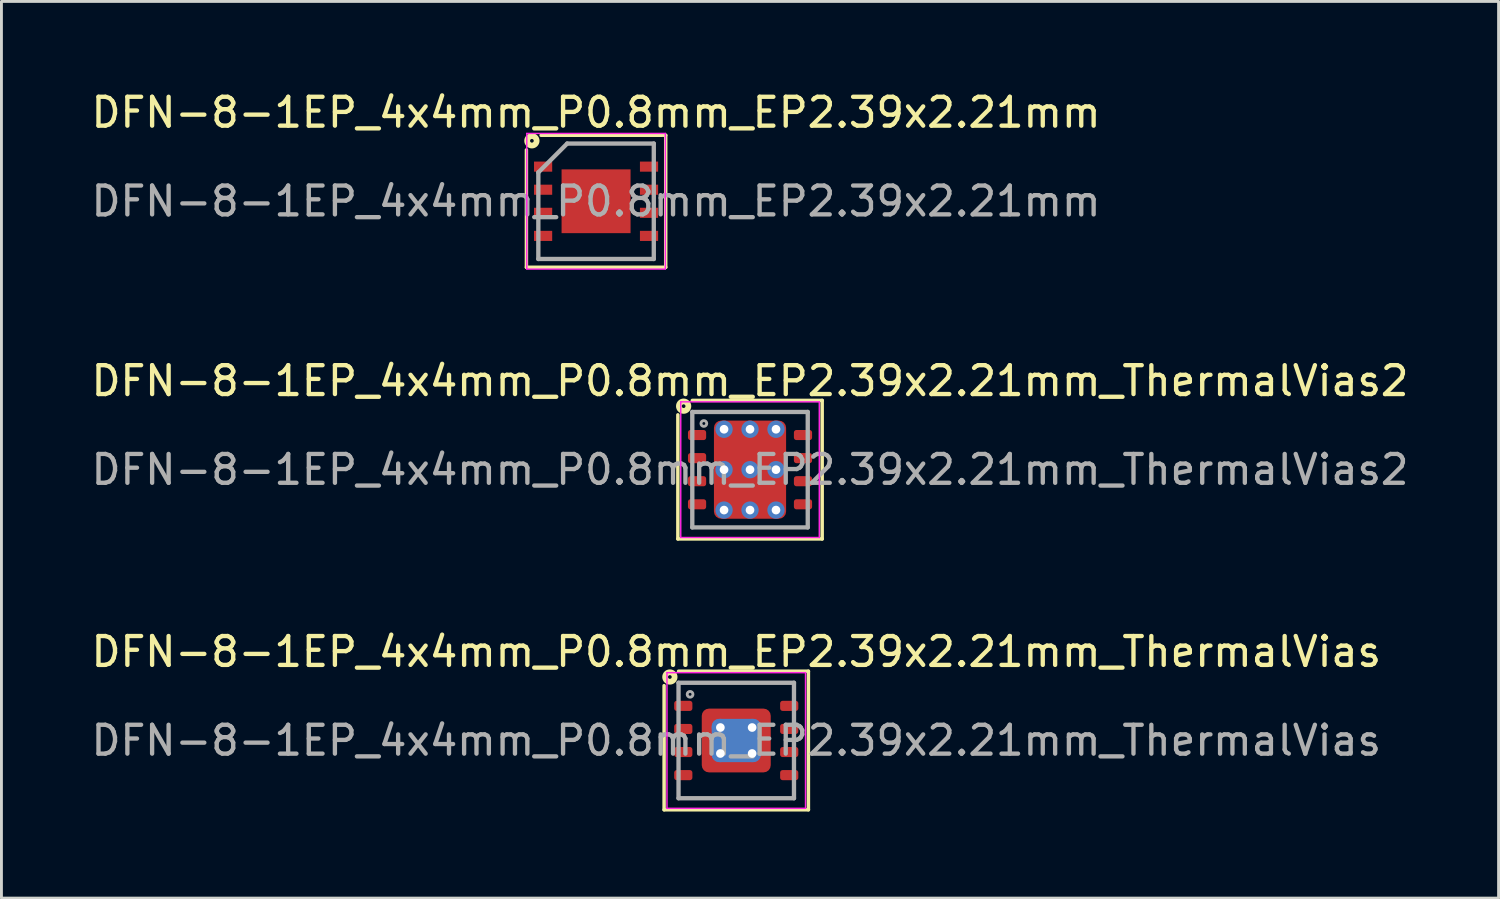
<source format=kicad_pcb>
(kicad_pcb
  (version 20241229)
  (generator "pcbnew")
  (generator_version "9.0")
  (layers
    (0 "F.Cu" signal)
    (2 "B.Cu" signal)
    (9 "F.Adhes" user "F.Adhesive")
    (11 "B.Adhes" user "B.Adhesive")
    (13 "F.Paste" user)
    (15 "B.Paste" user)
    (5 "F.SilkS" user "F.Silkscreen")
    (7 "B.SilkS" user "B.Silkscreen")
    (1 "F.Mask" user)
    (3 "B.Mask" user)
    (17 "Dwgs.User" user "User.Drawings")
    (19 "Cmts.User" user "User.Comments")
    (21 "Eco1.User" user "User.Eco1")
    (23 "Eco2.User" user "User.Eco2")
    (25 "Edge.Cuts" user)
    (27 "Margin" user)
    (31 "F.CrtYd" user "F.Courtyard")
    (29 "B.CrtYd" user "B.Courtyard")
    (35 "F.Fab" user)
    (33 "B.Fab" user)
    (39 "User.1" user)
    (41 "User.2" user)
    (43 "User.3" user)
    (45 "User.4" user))
  (footprint "DFN-8-1EP_4x4mm_P0.8mm_EP2.39x2.21mm_ThermalVias"
    (layer "F.Cu")
    (at 22.458 22.605)
    (property "Reference" "DFN-8-1EP_4x4mm_P0.8mm_EP2.39x2.21mm_ThermalVias" (at 0 -3.075 0) (layer "F.SilkS") (effects (font (size 1 1) (thickness 0.15))))
    (attr smd)
    (fp_line (start -2.5 2.4) (end -2.5 -1.9) (stroke (width 0.12) (type solid)) (layer "F.SilkS"))
    (fp_line (start -2 -2.4) (end 2.5 -2.4) (stroke (width 0.12) (type solid)) (layer "F.SilkS"))
    (fp_line (start 2.5 -2.4) (end 2.5 2.4) (stroke (width 0.12) (type solid)) (layer "F.SilkS"))
    (fp_line (start 2.5 2.4) (end -2.5 2.4) (stroke (width 0.12) (type solid)) (layer "F.SilkS"))
    (fp_circle (center -2.3 -2.2) (end -2.236 -2.2) (stroke (width 0.2) (type solid)) (fill no) (layer "F.SilkS"))
    (fp_line (start -2.4 -2.35) (end -2.4 2.35) (stroke (width 0.05) (type solid)) (layer "F.CrtYd"))
    (fp_line (start -2.4 -2.35) (end 2.4 -2.35) (stroke (width 0.05) (type solid)) (layer "F.CrtYd"))
    (fp_line (start -2.4 2.35) (end 2.4 2.35) (stroke (width 0.05) (type solid)) (layer "F.CrtYd"))
    (fp_line (start 2.4 -2.35) (end 2.4 2.35) (stroke (width 0.05) (type solid)) (layer "F.CrtYd"))
    (fp_line (start -2 -2) (end 2 -2) (stroke (width 0.15) (type solid)) (layer "F.Fab"))
    (fp_line (start -2 2) (end -2 -2) (stroke (width 0.15) (type solid)) (layer "F.Fab"))
    (fp_line (start 2 -2) (end 2 2) (stroke (width 0.15) (type solid)) (layer "F.Fab"))
    (fp_line (start 2 2) (end -2 2) (stroke (width 0.15) (type solid)) (layer "F.Fab"))
    (fp_circle (center -1.6 -1.6) (end -1.5 -1.6) (stroke (width 0.1) (type solid)) (fill no) (layer "F.Fab"))
    (fp_text user "${REFERENCE}" (at 0 0 0) (layer "F.Fab") (effects (font (size 1 1) (thickness 0.15))))
    (pad "" smd roundrect (at -0.875 -0.775) (size 0.45 0.45) (layers "F.Paste") (roundrect_rratio 0.25))
    (pad "" smd roundrect (at -0.875 0) (size 0.45 0.7) (layers "F.Paste") (roundrect_rratio 0.25))
    (pad "" smd roundrect (at -0.875 0.775) (size 0.45 0.45) (layers "F.Paste") (roundrect_rratio 0.25))
    (pad "" smd roundrect (at 0 -0.775) (size 0.9 0.45) (layers "F.Paste") (roundrect_rratio 0.25))
    (pad "" smd roundrect (at 0 0) (size 0.9 0.7) (layers "F.Paste") (roundrect_rratio 0.25))
    (pad "" smd roundrect (at 0 0.775) (size 0.9 0.45) (layers "F.Paste") (roundrect_rratio 0.25))
    (pad "" smd roundrect (at 0.875 -0.775) (size 0.45 0.45) (layers "F.Paste") (roundrect_rratio 0.25))
    (pad "" smd roundrect (at 0.875 0) (size 0.45 0.7) (layers "F.Paste") (roundrect_rratio 0.25))
    (pad "" smd roundrect (at 0.875 0.775) (size 0.45 0.45) (layers "F.Paste") (roundrect_rratio 0.25))
    (pad "1" smd roundrect (at -1.835 -1.2) (size 0.63 0.35) (layers "F.Cu" "F.Mask" "F.Paste") (roundrect_rratio 0.25))
    (pad "2" smd roundrect (at -1.835 -0.4) (size 0.63 0.35) (layers "F.Cu" "F.Mask" "F.Paste") (roundrect_rratio 0.25))
    (pad "3" smd roundrect (at -1.835 0.4) (size 0.63 0.35) (layers "F.Cu" "F.Mask" "F.Paste") (roundrect_rratio 0.25))
    (pad "4" smd roundrect (at -1.835 1.2) (size 0.63 0.35) (layers "F.Cu" "F.Mask" "F.Paste") (roundrect_rratio 0.25))
    (pad "5" smd roundrect (at 1.835 1.2) (size 0.63 0.35) (layers "F.Cu" "F.Mask" "F.Paste") (roundrect_rratio 0.25))
    (pad "6" smd roundrect (at 1.835 0.4) (size 0.63 0.35) (layers "F.Cu" "F.Mask" "F.Paste") (roundrect_rratio 0.25))
    (pad "7" smd roundrect (at 1.835 -0.4) (size 0.63 0.35) (layers "F.Cu" "F.Mask" "F.Paste") (roundrect_rratio 0.25))
    (pad "8" smd roundrect (at 1.835 -1.2) (size 0.63 0.35) (layers "F.Cu" "F.Mask" "F.Paste") (roundrect_rratio 0.25))
    (pad "9" thru_hole circle (at -0.55 -0.45) (size 0.6 0.6) (drill 0.3) (property pad_prop_heatsink) (layers "*.Cu"))
    (pad "9" thru_hole circle (at -0.55 0.45) (size 0.6 0.6) (drill 0.3) (property pad_prop_heatsink) (layers "*.Cu"))
    (pad "9" smd roundrect (at 0 0) (size 1.7 1.5) (layers "B.Cu" "B.Mask") (roundrect_rratio 0.167))
    (pad "9" smd roundrect (at 0 0) (size 2.39 2.21) (layers "F.Cu" "F.Mask") (roundrect_rratio 0.113))
    (pad "9" thru_hole circle (at 0.55 -0.45) (size 0.6 0.6) (drill 0.3) (property pad_prop_heatsink) (layers "*.Cu"))
    (pad "9" thru_hole circle (at 0.55 0.45) (size 0.6 0.6) (drill 0.3) (property pad_prop_heatsink) (layers "*.Cu")))
  (footprint "DFN-8-1EP_4x4mm_P0.8mm_EP2.39x2.21mm"
    (layer "F.Cu")
    (at 17.601 3.923)
    (property "Reference" "DFN-8-1EP_4x4mm_P0.8mm_EP2.39x2.21mm" (at 0 -3.075 0) (layer "F.SilkS") (effects (font (size 1 1) (thickness 0.15))))
    (attr smd)
    (fp_line (start -2.413 2.286) (end -2.413 -1.778) (stroke (width 0.12) (type solid)) (layer "F.SilkS"))
    (fp_line (start -1.905 -2.286) (end 2.286 -2.286) (stroke (width 0.12) (type solid)) (layer "F.SilkS"))
    (fp_line (start 2.349 -2.286) (end 2.413 -2.286) (stroke (width 0.12) (type solid)) (layer "F.SilkS"))
    (fp_line (start 2.413 -2.286) (end 2.413 2.286) (stroke (width 0.12) (type solid)) (layer "F.SilkS"))
    (fp_line (start 2.413 2.286) (end -2.413 2.286) (stroke (width 0.12) (type solid)) (layer "F.SilkS"))
    (fp_circle (center -2.223 -2.095) (end -2.159 -2.095) (stroke (width 0.2) (type solid)) (fill no) (layer "F.SilkS"))
    (fp_line (start -2.4 -2.35) (end -2.4 2.35) (stroke (width 0.05) (type solid)) (layer "F.CrtYd"))
    (fp_line (start -2.4 -2.35) (end 2.4 -2.35) (stroke (width 0.05) (type solid)) (layer "F.CrtYd"))
    (fp_line (start -2.4 2.35) (end 2.4 2.35) (stroke (width 0.05) (type solid)) (layer "F.CrtYd"))
    (fp_line (start 2.4 -2.35) (end 2.4 2.35) (stroke (width 0.05) (type solid)) (layer "F.CrtYd"))
    (fp_line (start -2 -1) (end -1 -2) (stroke (width 0.15) (type solid)) (layer "F.Fab"))
    (fp_line (start -2 2) (end -2 -1) (stroke (width 0.15) (type solid)) (layer "F.Fab"))
    (fp_line (start -1 -2) (end 2 -2) (stroke (width 0.15) (type solid)) (layer "F.Fab"))
    (fp_line (start 2 -2) (end 2 2) (stroke (width 0.15) (type solid)) (layer "F.Fab"))
    (fp_line (start 2 2) (end -2 2) (stroke (width 0.15) (type solid)) (layer "F.Fab"))
    (fp_text user "${REFERENCE}" (at 0 0 0) (layer "F.Fab") (effects (font (size 1 1) (thickness 0.15))))
    (pad "" smd rect (at -0.598 -0.552) (size 0.83 0.77) (layers "F.Paste"))
    (pad "" smd rect (at -0.598 0.552) (size 0.83 0.77) (layers "F.Paste"))
    (pad "" smd rect (at 0.598 -0.552) (size 0.83 0.77) (layers "F.Paste"))
    (pad "" smd rect (at 0.598 0.552) (size 0.83 0.77) (layers "F.Paste"))
    (pad "1" smd rect (at -1.835 -1.2) (size 0.63 0.35) (layers "F.Cu" "F.Mask" "F.Paste"))
    (pad "2" smd rect (at -1.835 -0.4) (size 0.63 0.35) (layers "F.Cu" "F.Mask" "F.Paste"))
    (pad "3" smd rect (at -1.835 0.4) (size 0.63 0.35) (layers "F.Cu" "F.Mask" "F.Paste"))
    (pad "4" smd rect (at -1.835 1.2) (size 0.63 0.35) (layers "F.Cu" "F.Mask" "F.Paste"))
    (pad "5" smd rect (at 1.835 1.2) (size 0.63 0.35) (layers "F.Cu" "F.Mask" "F.Paste"))
    (pad "6" smd rect (at 1.835 0.4) (size 0.63 0.35) (layers "F.Cu" "F.Mask" "F.Paste"))
    (pad "7" smd rect (at 1.835 -0.4) (size 0.63 0.35) (layers "F.Cu" "F.Mask" "F.Paste"))
    (pad "8" smd rect (at 1.835 -1.2) (size 0.63 0.35) (layers "F.Cu" "F.Mask" "F.Paste"))
    (pad "9" smd rect (at 0 0) (size 2.39 2.21) (layers "F.Cu" "F.Mask")))
  (footprint "DFN-8-1EP_4x4mm_P0.8mm_EP2.39x2.21mm_ThermalVias2"
    (layer "F.Cu")
    (at 22.935 13.222)
    (property "Reference" "DFN-8-1EP_4x4mm_P0.8mm_EP2.39x2.21mm_ThermalVias2" (at 0 -3.075 0) (layer "F.SilkS") (effects (font (size 1 1) (thickness 0.15))))
    (attr smd)
    (fp_line (start -2.5 2.4) (end -2.5 -1.9) (stroke (width 0.12) (type solid)) (layer "F.SilkS"))
    (fp_line (start -2 -2.4) (end 2.5 -2.4) (stroke (width 0.12) (type solid)) (layer "F.SilkS"))
    (fp_line (start 2.5 -2.4) (end 2.5 2.4) (stroke (width 0.12) (type solid)) (layer "F.SilkS"))
    (fp_line (start 2.5 2.4) (end -2.5 2.4) (stroke (width 0.12) (type solid)) (layer "F.SilkS"))
    (fp_circle (center -2.3 -2.2) (end -2.236 -2.2) (stroke (width 0.2) (type solid)) (fill no) (layer "F.SilkS"))
    (fp_line (start -2.4 -2.35) (end -2.4 2.35) (stroke (width 0.05) (type solid)) (layer "F.CrtYd"))
    (fp_line (start -2.4 -2.35) (end 2.4 -2.35) (stroke (width 0.05) (type solid)) (layer "F.CrtYd"))
    (fp_line (start -2.4 2.35) (end 2.4 2.35) (stroke (width 0.05) (type solid)) (layer "F.CrtYd"))
    (fp_line (start 2.4 -2.35) (end 2.4 2.35) (stroke (width 0.05) (type solid)) (layer "F.CrtYd"))
    (fp_line (start -2 -2) (end 2 -2) (stroke (width 0.15) (type solid)) (layer "F.Fab"))
    (fp_line (start -2 2) (end -2 -2) (stroke (width 0.15) (type solid)) (layer "F.Fab"))
    (fp_line (start 2 -2) (end 2 2) (stroke (width 0.15) (type solid)) (layer "F.Fab"))
    (fp_line (start 2 2) (end -2 2) (stroke (width 0.15) (type solid)) (layer "F.Fab"))
    (fp_circle (center -1.6 -1.6) (end -1.5 -1.6) (stroke (width 0.1) (type solid)) (fill no) (layer "F.Fab"))
    (fp_text user "${REFERENCE}" (at 0 0 0) (layer "F.Fab") (effects (font (size 1 1) (thickness 0.15))))
    (pad "" smd roundrect (at -0.575 -0.7) (size 0.85 0.6) (layers "F.Paste") (roundrect_rratio 0.25))
    (pad "" smd roundrect (at -0.575 0.7) (size 0.85 0.6) (layers "F.Paste") (roundrect_rratio 0.25))
    (pad "" smd roundrect (at 0 -0.7) (size 2.3 0.8) (layers "F.Mask") (roundrect_rratio 0.25))
    (pad "" smd roundrect (at 0 0.7) (size 2.3 0.8) (layers "F.Mask") (roundrect_rratio 0.25))
    (pad "" smd roundrect (at 0.575 -0.7) (size 0.85 0.6) (layers "F.Paste") (roundrect_rratio 0.25))
    (pad "" smd roundrect (at 0.575 0.7) (size 0.85 0.6) (layers "F.Paste") (roundrect_rratio 0.25))
    (pad "1" smd roundrect (at -1.835 -1.2) (size 0.63 0.35) (layers "F.Cu" "F.Mask" "F.Paste") (roundrect_rratio 0.25))
    (pad "2" smd roundrect (at -1.835 -0.4) (size 0.63 0.35) (layers "F.Cu" "F.Mask" "F.Paste") (roundrect_rratio 0.25))
    (pad "3" smd roundrect (at -1.835 0.4) (size 0.63 0.35) (layers "F.Cu" "F.Mask" "F.Paste") (roundrect_rratio 0.25))
    (pad "4" smd roundrect (at -1.835 1.2) (size 0.63 0.35) (layers "F.Cu" "F.Mask" "F.Paste") (roundrect_rratio 0.25))
    (pad "5" smd roundrect (at 1.835 1.2) (size 0.63 0.35) (layers "F.Cu" "F.Mask" "F.Paste") (roundrect_rratio 0.25))
    (pad "6" smd roundrect (at 1.835 0.4) (size 0.63 0.35) (layers "F.Cu" "F.Mask" "F.Paste") (roundrect_rratio 0.25))
    (pad "7" smd roundrect (at 1.835 -0.4) (size 0.63 0.35) (layers "F.Cu" "F.Mask" "F.Paste") (roundrect_rratio 0.25))
    (pad "8" smd roundrect (at 1.835 -1.2) (size 0.63 0.35) (layers "F.Cu" "F.Mask" "F.Paste") (roundrect_rratio 0.25))
    (pad "9" thru_hole circle (at -0.9 -1.4) (size 0.6 0.6) (drill 0.3) (property pad_prop_heatsink) (layers "*.Cu" "*.Mask"))
    (pad "9" thru_hole circle (at -0.9 0) (size 0.6 0.6) (drill 0.3) (property pad_prop_heatsink) (layers "*.Cu" "*.Mask"))
    (pad "9" thru_hole circle (at -0.9 1.4) (size 0.6 0.6) (drill 0.3) (property pad_prop_heatsink) (layers "*.Cu" "*.Mask"))
    (pad "9" thru_hole circle (at 0 -1.4) (size 0.6 0.6) (drill 0.3) (property pad_prop_heatsink) (layers "*.Cu" "*.Mask"))
    (pad "9" thru_hole circle (at 0 0) (size 0.6 0.6) (drill 0.3) (property pad_prop_heatsink) (layers "*.Cu" "*.Mask"))
    (pad "9" smd roundrect (at 0 0) (size 2.5 3.4) (layers "F.Cu") (roundrect_rratio 0.1))
    (pad "9" thru_hole circle (at 0 1.4) (size 0.6 0.6) (drill 0.3) (property pad_prop_heatsink) (layers "*.Cu" "*.Mask"))
    (pad "9" thru_hole circle (at 0.9 -1.4) (size 0.6 0.6) (drill 0.3) (property pad_prop_heatsink) (layers "*.Cu" "*.Mask"))
    (pad "9" thru_hole circle (at 0.9 0) (size 0.6 0.6) (drill 0.3) (property pad_prop_heatsink) (layers "*.Cu" "*.Mask"))
    (pad "9" thru_hole circle (at 0.9 1.4) (size 0.6 0.6) (drill 0.3) (property pad_prop_heatsink) (layers "*.Cu" "*.Mask")))
  (gr_rect
    (start -3 -3)
    (end 48.869 28.065)
    (stroke (width 0.1) (type default))
    (fill no)
    (layer "Edge.Cuts")))
</source>
